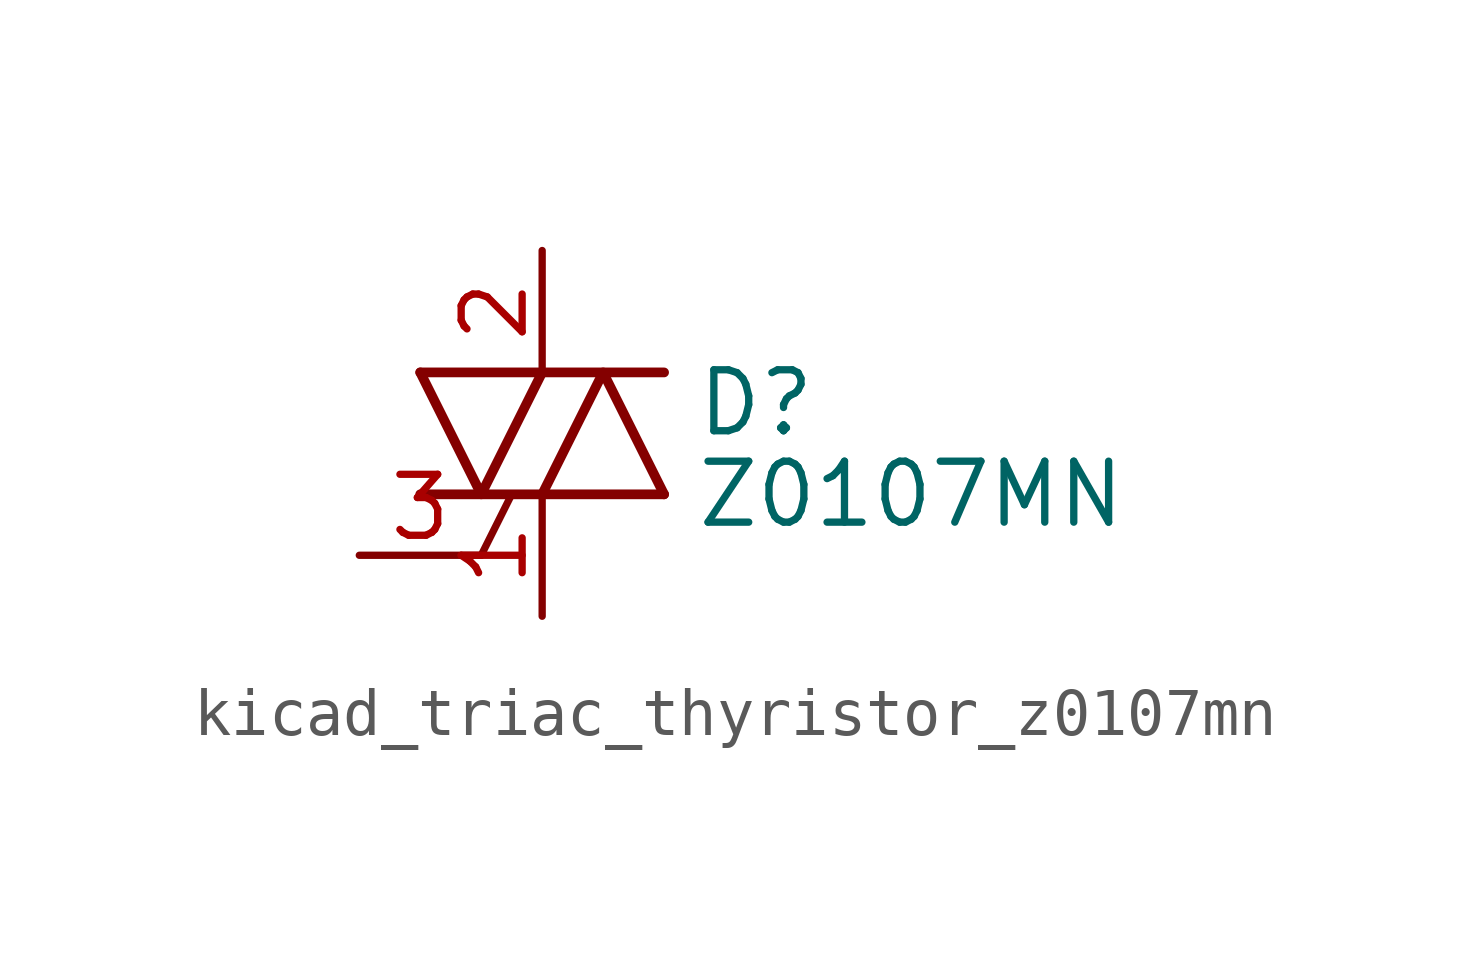
<source format=kicad_sym>
(kicad_symbol_lib
  (version 20220914)
  (generator kicad_symbol_editor)
  (symbol "kicad_triac_thyristor_z0107mn"
    (pin_names
      (offset 0) hide)
    (property "Reference" "D"
      (at 3.175 0.635 0)
      (effects (font (size 1.27 1.27)) (justify left)))
    (property "Value" "Z0107MN"
      (at 3.175 -1.27 0)
      (effects (font (size 1.27 1.27)) (justify left)))
    (symbol "kicad_triac_thyristor_z0107mn_0_1"
      (polyline (pts (xy -2.54 -1.27) (xy 2.54 -1.27)) (stroke (width 0.203) (type default)) (fill (type none)))
      (polyline (pts (xy -2.54 1.27) (xy 2.54 1.27)) (stroke (width 0.203) (type default)) (fill (type none)))
      (polyline (pts (xy -1.27 -2.54) (xy -0.635 -1.27)) (stroke (width 0) (type default)) (fill (type none)))
      (polyline (pts (xy -2.54 1.27) (xy -1.27 -1.27) (xy 0 1.27)) (stroke (width 0.203) (type default)) (fill (type none)))
      (polyline (pts (xy 0 -1.27) (xy 1.27 1.27) (xy 2.54 -1.27)) (stroke (width 0.203) (type default)) (fill (type none))))
    (symbol "kicad_triac_thyristor_z0107mn_1_1"
      (pin passive line (at 0 -3.81 90) (length 2.54) (name "A1" (effects (font (size 1.27 1.27)))) (number "1" (effects (font (size 1.27 1.27)))))
      (pin passive line (at 0 3.81 270) (length 2.54) (name "A2" (effects (font (size 1.27 1.27)))) (number "2" (effects (font (size 1.27 1.27)))))
      (pin input line (at -3.81 -2.54 0) (length 2.54) (name "G" (effects (font (size 1.27 1.27)))) (number "3" (effects (font (size 1.27 1.27)))))
      (pin passive line (at 0 3.81 270) (length 2.54) hide (name "A4" (effects (font (size 1.27 1.27)))) (number "4" (effects (font (size 1.27 1.27))))))))
</source>
